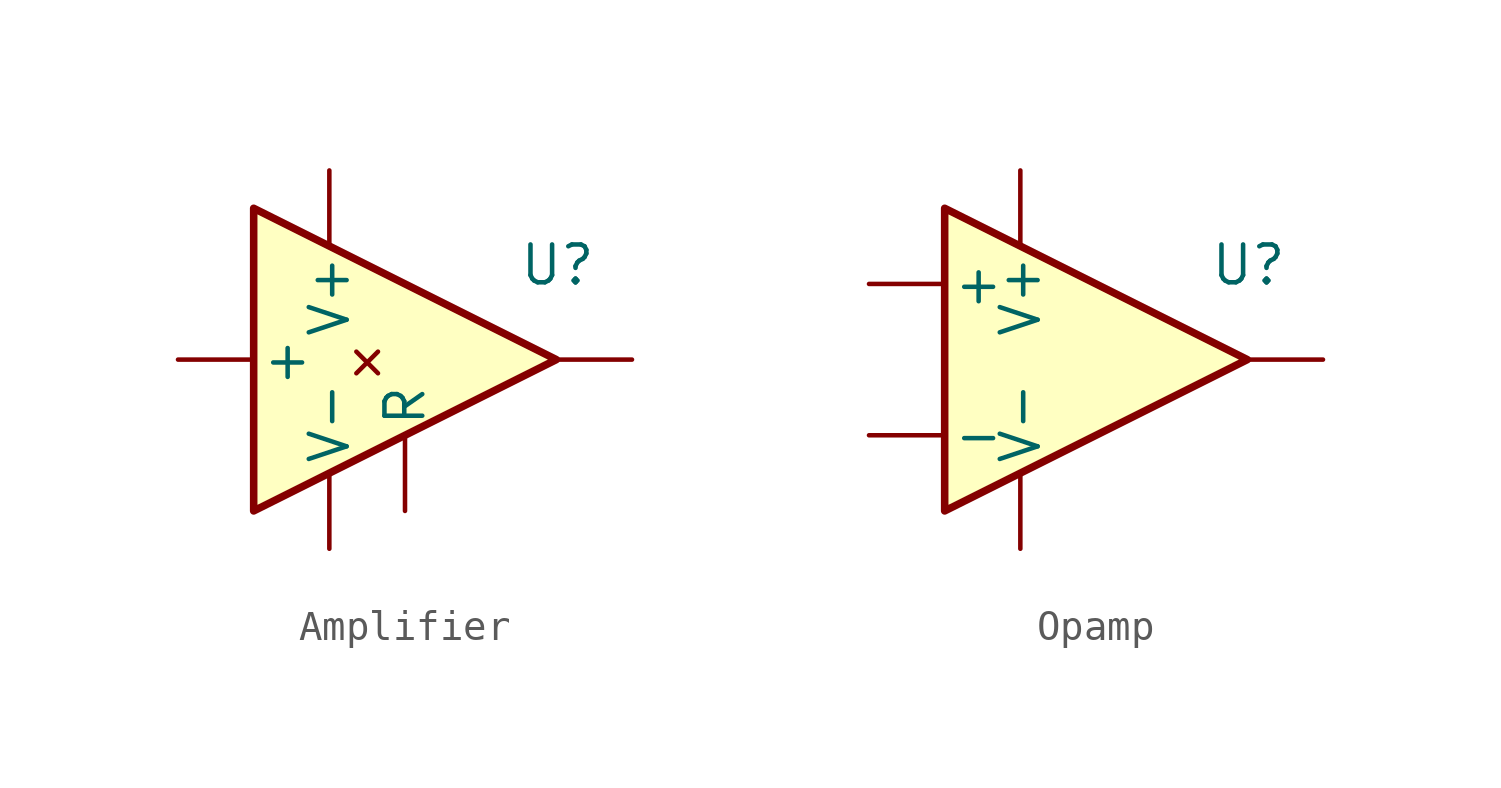
<source format=kicad_sym>
(kicad_symbol_lib
  (version 20231120)
  (generator "kicad_symbol_editor")
  (generator_version "8.0")
  (symbol "Amplifier"
    (pin_numbers hide)
    (pin_names
      (offset 0.254))
    (property "Reference" "U"
      (at 3.81 3.175 0)
      (effects (font (size 1.27 1.27)) (justify left)))
    (symbol "Amplifier_0_0"
      (text "×" (at -1.27 0 0) (effects (font (size 1.27 1.27)))))
    (symbol "Amplifier_0_1"
      (polyline (pts (xy 5.08 0) (xy -5.08 5.08) (xy -5.08 -5.08) (xy 5.08 0)) (stroke (width 0.254) (type default)) (fill (type background))))
    (symbol "Amplifier_1_1"
      (pin input line (at -7.62 0 0) (length 2.54) (name "+" (effects (font (size 1.27 1.27)))) (number "1" (effects (font (size 1.27 1.27)))))
      (pin input line (at 0 -5.08 90) (length 2.54) (name "R" (effects (font (size 1.27 1.27)))) (number "2" (effects (font (size 1.27 1.27)))))
      (pin output line (at 7.62 0 180) (length 2.54) (name "~" (effects (font (size 1.27 1.27)))) (number "3" (effects (font (size 1.27 1.27)))))
      (pin power_in line (at -2.54 6.35 270) (length 2.54) (name "V+" (effects (font (size 1.27 1.27)))) (number "4" (effects (font (size 1.27 1.27)))))
      (pin power_in line (at -2.54 -6.35 90) (length 2.54) (name "V-" (effects (font (size 1.27 1.27)))) (number "5" (effects (font (size 1.27 1.27)))))))
  (symbol "Opamp"
    (pin_numbers hide)
    (pin_names
      (offset 0.254))
    (property "Reference" "U"
      (at 3.81 3.175 0)
      (effects (font (size 1.27 1.27)) (justify left)))
    (symbol "Opamp_0_1"
      (polyline (pts (xy 5.08 0) (xy -5.08 5.08) (xy -5.08 -5.08) (xy 5.08 0)) (stroke (width 0.254) (type default)) (fill (type background))))
    (symbol "Opamp_1_1"
      (pin input line (at -7.62 2.54 0) (length 2.54) (name "+" (effects (font (size 1.27 1.27)))) (number "1" (effects (font (size 1.27 1.27)))))
      (pin input line (at -7.62 -2.54 0) (length 2.54) (name "-" (effects (font (size 1.27 1.27)))) (number "2" (effects (font (size 1.27 1.27)))))
      (pin output line (at 7.62 0 180) (length 2.54) (name "~" (effects (font (size 1.27 1.27)))) (number "3" (effects (font (size 1.27 1.27)))))
      (pin power_in line (at -2.54 6.35 270) (length 2.54) (name "V+" (effects (font (size 1.27 1.27)))) (number "4" (effects (font (size 1.27 1.27)))))
      (pin power_in line (at -2.54 -6.35 90) (length 2.54) (name "V-" (effects (font (size 1.27 1.27)))) (number "5" (effects (font (size 1.27 1.27))))))))
</source>
